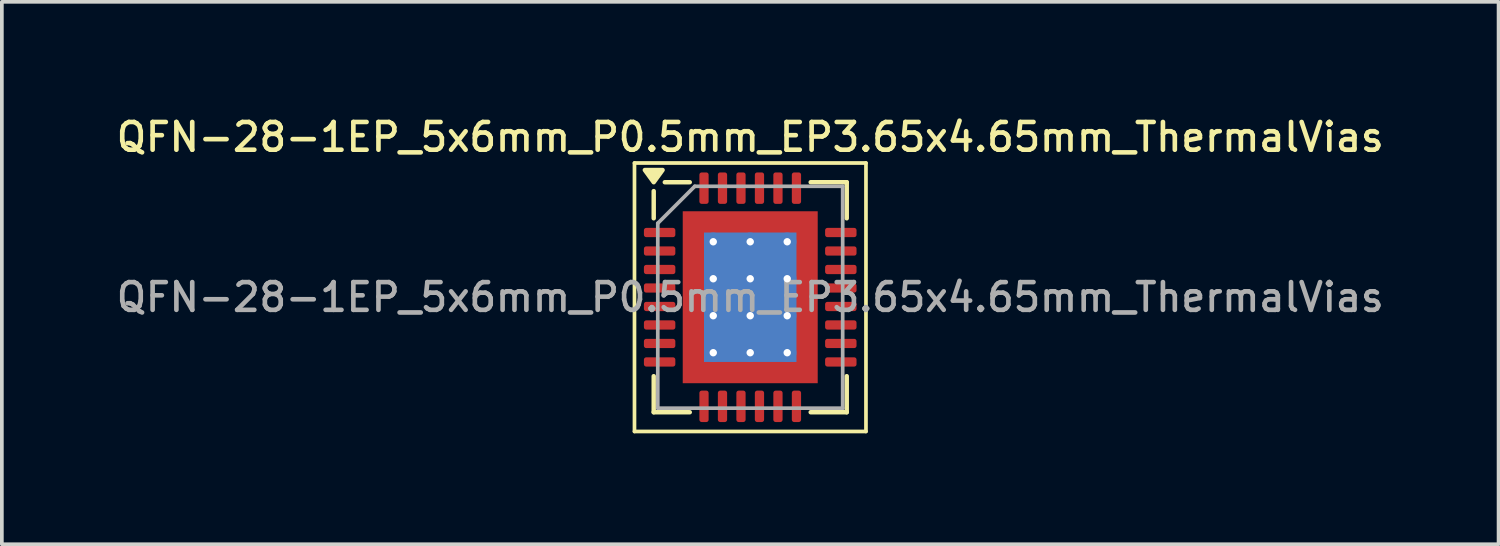
<source format=kicad_pcb>
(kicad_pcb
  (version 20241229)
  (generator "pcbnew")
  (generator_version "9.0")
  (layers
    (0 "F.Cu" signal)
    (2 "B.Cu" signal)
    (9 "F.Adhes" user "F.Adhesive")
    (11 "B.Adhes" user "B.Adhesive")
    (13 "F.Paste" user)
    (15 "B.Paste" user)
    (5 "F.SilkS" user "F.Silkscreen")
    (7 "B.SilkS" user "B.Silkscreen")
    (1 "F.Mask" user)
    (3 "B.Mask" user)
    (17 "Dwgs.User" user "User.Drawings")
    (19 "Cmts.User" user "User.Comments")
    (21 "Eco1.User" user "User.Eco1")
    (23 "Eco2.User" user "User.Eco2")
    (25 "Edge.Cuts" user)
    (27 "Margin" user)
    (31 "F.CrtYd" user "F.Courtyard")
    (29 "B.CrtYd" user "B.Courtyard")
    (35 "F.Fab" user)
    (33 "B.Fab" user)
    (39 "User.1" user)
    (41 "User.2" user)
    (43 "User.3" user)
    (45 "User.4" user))
  (footprint "QFN-28-1EP_5x6mm_P0.5mm_EP3.65x4.65mm_ThermalVias"
    (layer "F.Cu")
    (at 17.238 4.988)
    (property "Reference" "QFN-28-1EP_5x6mm_P0.5mm_EP3.65x4.65mm_ThermalVias" (at 0 -4.33 0) (layer "F.SilkS") (effects (font (size 0.75 0.75) (thickness 0.125))))
    (attr smd)
    (fp_line (start -3.13 -3.63) (end -3.13 3.63) (stroke (width 0.1) (type solid)) (layer "F.SilkS"))
    (fp_line (start -3.13 3.63) (end 3.13 3.63) (stroke (width 0.1) (type solid)) (layer "F.SilkS"))
    (fp_line (start -2.61 -2.135) (end -2.61 -2.87) (stroke (width 0.12) (type solid)) (layer "F.SilkS"))
    (fp_line (start -2.61 3.11) (end -2.61 2.135) (stroke (width 0.12) (type solid)) (layer "F.SilkS"))
    (fp_line (start -1.635 -3.11) (end -2.31 -3.11) (stroke (width 0.12) (type solid)) (layer "F.SilkS"))
    (fp_line (start -1.635 3.11) (end -2.61 3.11) (stroke (width 0.12) (type solid)) (layer "F.SilkS"))
    (fp_line (start 1.635 -3.11) (end 2.61 -3.11) (stroke (width 0.12) (type solid)) (layer "F.SilkS"))
    (fp_line (start 1.635 3.11) (end 2.61 3.11) (stroke (width 0.12) (type solid)) (layer "F.SilkS"))
    (fp_line (start 2.61 -3.11) (end 2.61 -2.135) (stroke (width 0.12) (type solid)) (layer "F.SilkS"))
    (fp_line (start 2.61 3.11) (end 2.61 2.135) (stroke (width 0.12) (type solid)) (layer "F.SilkS"))
    (fp_line (start 3.13 -3.63) (end -3.13 -3.63) (stroke (width 0.1) (type solid)) (layer "F.SilkS"))
    (fp_line (start 3.13 3.63) (end 3.13 -3.63) (stroke (width 0.1) (type solid)) (layer "F.SilkS"))
    (fp_poly (pts (xy -2.61 -3.11) (xy -2.85 -3.44) (xy -2.37 -3.44) (xy -2.61 -3.11)) (stroke (width 0.12) (type solid)) (fill yes) (layer "F.SilkS"))
    (fp_line (start -2.5 -2) (end -1.5 -3) (stroke (width 0.1) (type solid)) (layer "F.Fab"))
    (fp_line (start -2.5 3) (end -2.5 -2) (stroke (width 0.1) (type solid)) (layer "F.Fab"))
    (fp_line (start -1.5 -3) (end 2.5 -3) (stroke (width 0.1) (type solid)) (layer "F.Fab"))
    (fp_line (start 2.5 -3) (end 2.5 3) (stroke (width 0.1) (type solid)) (layer "F.Fab"))
    (fp_line (start 2.5 3) (end -2.5 3) (stroke (width 0.1) (type solid)) (layer "F.Fab"))
    (fp_text user "${REFERENCE}" (at 0 0 0) (layer "F.Fab") (effects (font (size 0.75 0.75) (thickness 0.125))))
    (pad "" smd custom (at -1.413 -1.913) (size 0.578 0.578) (layers "F.Paste") (options (anchor circle)) (primitives (gr_poly (pts (xy -0.246 -0.246) (xy 0.246 -0.246) (xy 0.246 0.174) (xy 0.174 0.246) (xy -0.246 0.246)) (width 0.174) (fill yes))))
    (pad "" smd custom (at -1.413 -1) (size 0.59 0.59) (layers "F.Paste") (options (anchor circle)) (primitives (gr_poly (pts (xy -0.258 -0.328) (xy 0.195 -0.328) (xy 0.258 -0.266) (xy 0.258 0.266) (xy 0.195 0.328) (xy -0.258 0.328)) (width 0.15) (fill yes))))
    (pad "" smd custom (at -1.413 0) (size 0.59 0.59) (layers "F.Paste") (options (anchor circle)) (primitives (gr_poly (pts (xy -0.258 -0.328) (xy 0.195 -0.328) (xy 0.258 -0.266) (xy 0.258 0.266) (xy 0.195 0.328) (xy -0.258 0.328)) (width 0.15) (fill yes))))
    (pad "" smd custom (at -1.413 1) (size 0.59 0.59) (layers "F.Paste") (options (anchor circle)) (primitives (gr_poly (pts (xy -0.258 -0.328) (xy 0.195 -0.328) (xy 0.258 -0.266) (xy 0.258 0.266) (xy 0.195 0.328) (xy -0.258 0.328)) (width 0.15) (fill yes))))
    (pad "" smd custom (at -1.413 1.913) (size 0.578 0.578) (layers "F.Paste") (options (anchor circle)) (primitives (gr_poly (pts (xy -0.246 -0.246) (xy 0.174 -0.246) (xy 0.246 -0.174) (xy 0.246 0.246) (xy -0.246 0.246)) (width 0.174) (fill yes))))
    (pad "" smd custom (at -0.5 -1.913) (size 0.59 0.59) (layers "F.Paste") (options (anchor circle)) (primitives (gr_poly (pts (xy -0.328 -0.258) (xy 0.328 -0.258) (xy 0.328 0.195) (xy 0.266 0.258) (xy -0.266 0.258) (xy -0.328 0.195)) (width 0.15) (fill yes))))
    (pad "" smd roundrect (at -0.5 -1) (size 0.806 0.806) (layers "F.Paste") (roundrect_rratio 0.25))
    (pad "" smd roundrect (at -0.5 0) (size 0.806 0.806) (layers "F.Paste") (roundrect_rratio 0.25))
    (pad "" smd roundrect (at -0.5 1) (size 0.806 0.806) (layers "F.Paste") (roundrect_rratio 0.25))
    (pad "" smd custom (at -0.5 1.913) (size 0.59 0.59) (layers "F.Paste") (options (anchor circle)) (primitives (gr_poly (pts (xy -0.328 -0.195) (xy -0.266 -0.258) (xy 0.266 -0.258) (xy 0.328 -0.195) (xy 0.328 0.258) (xy -0.328 0.258)) (width 0.15) (fill yes))))
    (pad "" smd custom (at 0.5 -1.913) (size 0.59 0.59) (layers "F.Paste") (options (anchor circle)) (primitives (gr_poly (pts (xy -0.328 -0.258) (xy 0.328 -0.258) (xy 0.328 0.195) (xy 0.266 0.258) (xy -0.266 0.258) (xy -0.328 0.195)) (width 0.15) (fill yes))))
    (pad "" smd roundrect (at 0.5 -1) (size 0.806 0.806) (layers "F.Paste") (roundrect_rratio 0.25))
    (pad "" smd roundrect (at 0.5 0) (size 0.806 0.806) (layers "F.Paste") (roundrect_rratio 0.25))
    (pad "" smd roundrect (at 0.5 1) (size 0.806 0.806) (layers "F.Paste") (roundrect_rratio 0.25))
    (pad "" smd custom (at 0.5 1.913) (size 0.59 0.59) (layers "F.Paste") (options (anchor circle)) (primitives (gr_poly (pts (xy -0.328 -0.195) (xy -0.266 -0.258) (xy 0.266 -0.258) (xy 0.328 -0.195) (xy 0.328 0.258) (xy -0.328 0.258)) (width 0.15) (fill yes))))
    (pad "" smd custom (at 1.413 -1.913) (size 0.578 0.578) (layers "F.Paste") (options (anchor circle)) (primitives (gr_poly (pts (xy -0.246 -0.246) (xy 0.246 -0.246) (xy 0.246 0.246) (xy -0.174 0.246) (xy -0.246 0.174)) (width 0.174) (fill yes))))
    (pad "" smd custom (at 1.413 -1) (size 0.59 0.59) (layers "F.Paste") (options (anchor circle)) (primitives (gr_poly (pts (xy -0.258 -0.266) (xy -0.195 -0.328) (xy 0.258 -0.328) (xy 0.258 0.328) (xy -0.195 0.328) (xy -0.258 0.266)) (width 0.15) (fill yes))))
    (pad "" smd custom (at 1.413 0) (size 0.59 0.59) (layers "F.Paste") (options (anchor circle)) (primitives (gr_poly (pts (xy -0.258 -0.266) (xy -0.195 -0.328) (xy 0.258 -0.328) (xy 0.258 0.328) (xy -0.195 0.328) (xy -0.258 0.266)) (width 0.15) (fill yes))))
    (pad "" smd custom (at 1.413 1) (size 0.59 0.59) (layers "F.Paste") (options (anchor circle)) (primitives (gr_poly (pts (xy -0.258 -0.266) (xy -0.195 -0.328) (xy 0.258 -0.328) (xy 0.258 0.328) (xy -0.195 0.328) (xy -0.258 0.266)) (width 0.15) (fill yes))))
    (pad "" smd custom (at 1.413 1.913) (size 0.578 0.578) (layers "F.Paste") (options (anchor circle)) (primitives (gr_poly (pts (xy -0.246 -0.174) (xy -0.174 -0.246) (xy 0.246 -0.246) (xy 0.246 0.246) (xy -0.246 0.246)) (width 0.174) (fill yes))))
    (pad "1" smd roundrect (at -2.45 -1.75) (size 0.85 0.25) (layers "F.Cu" "F.Mask" "F.Paste") (roundrect_rratio 0.25))
    (pad "2" smd roundrect (at -2.45 -1.25) (size 0.85 0.25) (layers "F.Cu" "F.Mask" "F.Paste") (roundrect_rratio 0.25))
    (pad "3" smd roundrect (at -2.45 -0.75) (size 0.85 0.25) (layers "F.Cu" "F.Mask" "F.Paste") (roundrect_rratio 0.25))
    (pad "4" smd roundrect (at -2.45 -0.25) (size 0.85 0.25) (layers "F.Cu" "F.Mask" "F.Paste") (roundrect_rratio 0.25))
    (pad "5" smd roundrect (at -2.45 0.25) (size 0.85 0.25) (layers "F.Cu" "F.Mask" "F.Paste") (roundrect_rratio 0.25))
    (pad "6" smd roundrect (at -2.45 0.75) (size 0.85 0.25) (layers "F.Cu" "F.Mask" "F.Paste") (roundrect_rratio 0.25))
    (pad "7" smd roundrect (at -2.45 1.25) (size 0.85 0.25) (layers "F.Cu" "F.Mask" "F.Paste") (roundrect_rratio 0.25))
    (pad "8" smd roundrect (at -2.45 1.75) (size 0.85 0.25) (layers "F.Cu" "F.Mask" "F.Paste") (roundrect_rratio 0.25))
    (pad "9" smd roundrect (at -1.25 2.95) (size 0.25 0.85) (layers "F.Cu" "F.Mask" "F.Paste") (roundrect_rratio 0.25))
    (pad "10" smd roundrect (at -0.75 2.95) (size 0.25 0.85) (layers "F.Cu" "F.Mask" "F.Paste") (roundrect_rratio 0.25))
    (pad "11" smd roundrect (at -0.25 2.95) (size 0.25 0.85) (layers "F.Cu" "F.Mask" "F.Paste") (roundrect_rratio 0.25))
    (pad "12" smd roundrect (at 0.25 2.95) (size 0.25 0.85) (layers "F.Cu" "F.Mask" "F.Paste") (roundrect_rratio 0.25))
    (pad "13" smd roundrect (at 0.75 2.95) (size 0.25 0.85) (layers "F.Cu" "F.Mask" "F.Paste") (roundrect_rratio 0.25))
    (pad "14" smd roundrect (at 1.25 2.95) (size 0.25 0.85) (layers "F.Cu" "F.Mask" "F.Paste") (roundrect_rratio 0.25))
    (pad "15" smd roundrect (at 2.45 1.75) (size 0.85 0.25) (layers "F.Cu" "F.Mask" "F.Paste") (roundrect_rratio 0.25))
    (pad "16" smd roundrect (at 2.45 1.25) (size 0.85 0.25) (layers "F.Cu" "F.Mask" "F.Paste") (roundrect_rratio 0.25))
    (pad "17" smd roundrect (at 2.45 0.75) (size 0.85 0.25) (layers "F.Cu" "F.Mask" "F.Paste") (roundrect_rratio 0.25))
    (pad "18" smd roundrect (at 2.45 0.25) (size 0.85 0.25) (layers "F.Cu" "F.Mask" "F.Paste") (roundrect_rratio 0.25))
    (pad "19" smd roundrect (at 2.45 -0.25) (size 0.85 0.25) (layers "F.Cu" "F.Mask" "F.Paste") (roundrect_rratio 0.25))
    (pad "20" smd roundrect (at 2.45 -0.75) (size 0.85 0.25) (layers "F.Cu" "F.Mask" "F.Paste") (roundrect_rratio 0.25))
    (pad "21" smd roundrect (at 2.45 -1.25) (size 0.85 0.25) (layers "F.Cu" "F.Mask" "F.Paste") (roundrect_rratio 0.25))
    (pad "22" smd roundrect (at 2.45 -1.75) (size 0.85 0.25) (layers "F.Cu" "F.Mask" "F.Paste") (roundrect_rratio 0.25))
    (pad "23" smd roundrect (at 1.25 -2.95) (size 0.25 0.85) (layers "F.Cu" "F.Mask" "F.Paste") (roundrect_rratio 0.25))
    (pad "24" smd roundrect (at 0.75 -2.95) (size 0.25 0.85) (layers "F.Cu" "F.Mask" "F.Paste") (roundrect_rratio 0.25))
    (pad "25" smd roundrect (at 0.25 -2.95) (size 0.25 0.85) (layers "F.Cu" "F.Mask" "F.Paste") (roundrect_rratio 0.25))
    (pad "26" smd roundrect (at -0.25 -2.95) (size 0.25 0.85) (layers "F.Cu" "F.Mask" "F.Paste") (roundrect_rratio 0.25))
    (pad "27" smd roundrect (at -0.75 -2.95) (size 0.25 0.85) (layers "F.Cu" "F.Mask" "F.Paste") (roundrect_rratio 0.25))
    (pad "28" smd roundrect (at -1.25 -2.95) (size 0.25 0.85) (layers "F.Cu" "F.Mask" "F.Paste") (roundrect_rratio 0.25))
    (pad "29" thru_hole circle (at -1 -1.5) (size 0.5 0.5) (drill 0.2) (property pad_prop_heatsink) (layers "*.Cu"))
    (pad "29" thru_hole circle (at -1 -0.5) (size 0.5 0.5) (drill 0.2) (property pad_prop_heatsink) (layers "*.Cu"))
    (pad "29" thru_hole circle (at -1 0.5) (size 0.5 0.5) (drill 0.2) (property pad_prop_heatsink) (layers "*.Cu"))
    (pad "29" thru_hole circle (at -1 1.5) (size 0.5 0.5) (drill 0.2) (property pad_prop_heatsink) (layers "*.Cu"))
    (pad "29" thru_hole circle (at 0 -1.5) (size 0.5 0.5) (drill 0.2) (property pad_prop_heatsink) (layers "*.Cu"))
    (pad "29" thru_hole circle (at 0 -0.5) (size 0.5 0.5) (drill 0.2) (property pad_prop_heatsink) (layers "*.Cu"))
    (pad "29" smd rect (at 0 0) (size 2.5 3.5) (property pad_prop_heatsink) (layers "B.Cu"))
    (pad "29" smd rect (at 0 0) (size 3.65 4.65) (property pad_prop_heatsink) (layers "F.Cu" "F.Mask"))
    (pad "29" thru_hole circle (at 0 0.5) (size 0.5 0.5) (drill 0.2) (property pad_prop_heatsink) (layers "*.Cu"))
    (pad "29" thru_hole circle (at 0 1.5) (size 0.5 0.5) (drill 0.2) (property pad_prop_heatsink) (layers "*.Cu"))
    (pad "29" thru_hole circle (at 1 -1.5) (size 0.5 0.5) (drill 0.2) (property pad_prop_heatsink) (layers "*.Cu"))
    (pad "29" thru_hole circle (at 1 -0.5) (size 0.5 0.5) (drill 0.2) (property pad_prop_heatsink) (layers "*.Cu"))
    (pad "29" thru_hole circle (at 1 0.5) (size 0.5 0.5) (drill 0.2) (property pad_prop_heatsink) (layers "*.Cu"))
    (pad "29" thru_hole circle (at 1 1.5) (size 0.5 0.5) (drill 0.2) (property pad_prop_heatsink) (layers "*.Cu")))
  (gr_rect
    (start -3 -3)
    (end 37.475 11.668)
    (stroke (width 0.1) (type default))
    (fill no)
    (layer "Edge.Cuts")))
</source>
